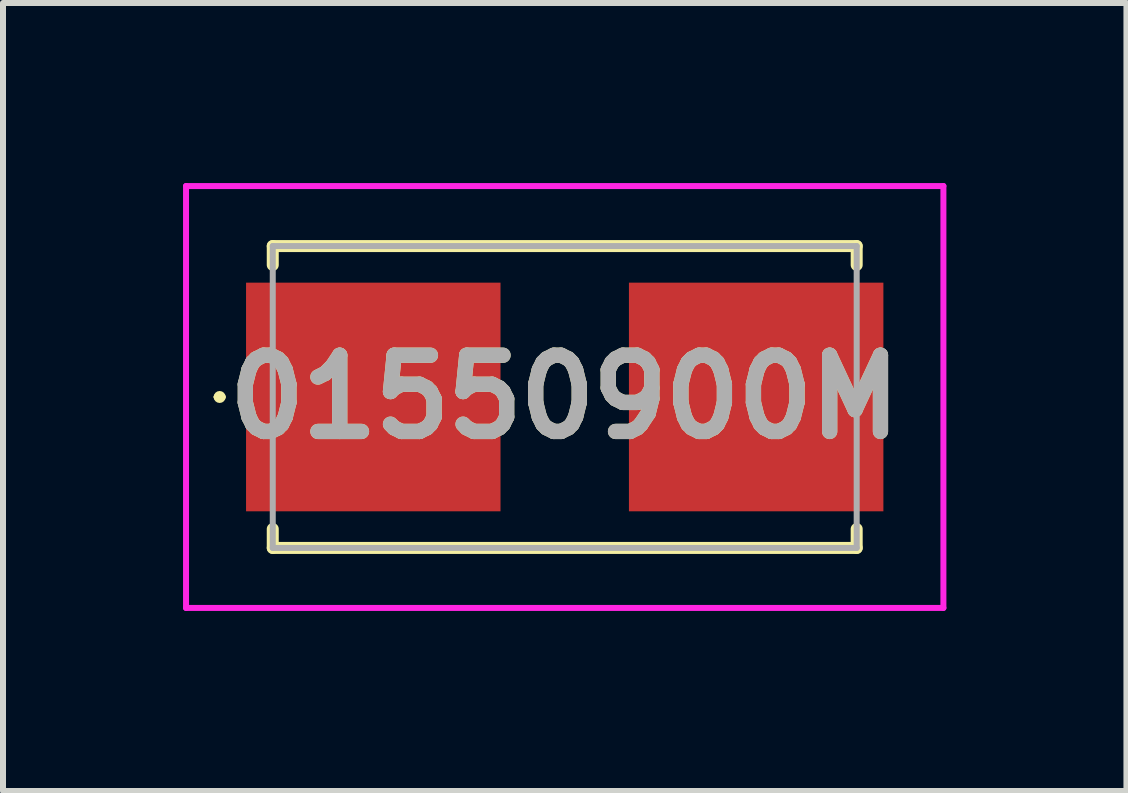
<source format=kicad_pcb>
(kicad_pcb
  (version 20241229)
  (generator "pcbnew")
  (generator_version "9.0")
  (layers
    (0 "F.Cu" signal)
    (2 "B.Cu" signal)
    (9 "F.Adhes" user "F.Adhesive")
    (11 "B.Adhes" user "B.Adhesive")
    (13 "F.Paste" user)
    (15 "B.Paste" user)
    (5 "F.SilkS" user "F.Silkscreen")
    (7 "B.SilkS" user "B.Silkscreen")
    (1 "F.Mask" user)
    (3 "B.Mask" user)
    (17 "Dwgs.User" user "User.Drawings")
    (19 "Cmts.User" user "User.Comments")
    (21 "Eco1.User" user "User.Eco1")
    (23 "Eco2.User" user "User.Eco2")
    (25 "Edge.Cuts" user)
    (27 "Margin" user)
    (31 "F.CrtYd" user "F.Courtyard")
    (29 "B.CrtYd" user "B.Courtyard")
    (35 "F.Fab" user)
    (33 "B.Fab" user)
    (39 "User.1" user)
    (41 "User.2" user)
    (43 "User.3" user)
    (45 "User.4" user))
  (footprint "01550900M"
    (layer "F.Cu")
    (at 6.36 3.565)
    (property "Reference" "01550900M" (at 0 0 0) (layer "F.SilkS") (effects (font (size 1.27 1.27) (thickness 0.254))))
    (attr smd)
    (fp_line (start -5.8 0) (end -5.8 0) (stroke (width 0.1) (type solid)) (layer "F.SilkS"))
    (fp_line (start -5.7 0) (end -5.7 0) (stroke (width 0.1) (type solid)) (layer "F.SilkS"))
    (fp_line (start -4.865 -2.515) (end 4.865 -2.515) (stroke (width 0.2) (type solid)) (layer "F.SilkS"))
    (fp_line (start -4.865 -2.2) (end -4.865 -2.515) (stroke (width 0.2) (type solid)) (layer "F.SilkS"))
    (fp_line (start -4.865 2.515) (end -4.865 2.2) (stroke (width 0.2) (type solid)) (layer "F.SilkS"))
    (fp_line (start 4.865 -2.515) (end 4.865 -2.2) (stroke (width 0.2) (type solid)) (layer "F.SilkS"))
    (fp_line (start 4.865 2.2) (end 4.865 2.515) (stroke (width 0.2) (type solid)) (layer "F.SilkS"))
    (fp_line (start 4.865 2.515) (end -4.865 2.515) (stroke (width 0.2) (type solid)) (layer "F.SilkS"))
    (fp_arc (start -5.8 0) (mid -5.75 -0.05) (end -5.7 0) (stroke (width 0.1) (type solid)) (layer "F.SilkS"))
    (fp_arc (start -5.7 0) (mid -5.75 0.05) (end -5.8 0) (stroke (width 0.1) (type solid)) (layer "F.SilkS"))
    (fp_rect (start -5.21 -1.8) (end -3.51 -0.3) (stroke (width 0.2) (type solid)) (fill yes) (layer "F.Paste"))
    (fp_rect (start -5.21 0.3) (end -3.51 1.8) (stroke (width 0.2) (type solid)) (fill yes) (layer "F.Paste"))
    (fp_rect (start -2.87 -1.8) (end -1.17 -0.3) (stroke (width 0.2) (type solid)) (fill yes) (layer "F.Paste"))
    (fp_rect (start -2.87 0.3) (end -1.17 1.8) (stroke (width 0.2) (type solid)) (fill yes) (layer "F.Paste"))
    (fp_rect (start 1.17 -1.8) (end 2.87 -0.3) (stroke (width 0.2) (type solid)) (fill yes) (layer "F.Paste"))
    (fp_rect (start 1.17 0.3) (end 2.87 1.8) (stroke (width 0.2) (type solid)) (fill yes) (layer "F.Paste"))
    (fp_rect (start 3.51 -1.8) (end 5.21 -0.3) (stroke (width 0.2) (type solid)) (fill yes) (layer "F.Paste"))
    (fp_rect (start 3.51 0.3) (end 5.21 1.8) (stroke (width 0.2) (type solid)) (fill yes) (layer "F.Paste"))
    (fp_line (start -6.31 -3.515) (end 6.31 -3.515) (stroke (width 0.1) (type solid)) (layer "F.CrtYd"))
    (fp_line (start -6.31 3.515) (end -6.31 -3.515) (stroke (width 0.1) (type solid)) (layer "F.CrtYd"))
    (fp_line (start 6.31 -3.515) (end 6.31 3.515) (stroke (width 0.1) (type solid)) (layer "F.CrtYd"))
    (fp_line (start 6.31 3.515) (end -6.31 3.515) (stroke (width 0.1) (type solid)) (layer "F.CrtYd"))
    (fp_line (start -4.865 -2.515) (end 4.865 -2.515) (stroke (width 0.1) (type solid)) (layer "F.Fab"))
    (fp_line (start -4.865 2.515) (end -4.865 -2.515) (stroke (width 0.1) (type solid)) (layer "F.Fab"))
    (fp_line (start 4.865 -2.515) (end 4.865 2.515) (stroke (width 0.1) (type solid)) (layer "F.Fab"))
    (fp_line (start 4.865 2.515) (end -4.865 2.515) (stroke (width 0.1) (type solid)) (layer "F.Fab"))
    (fp_text user "${REFERENCE}" (at 0 0 0) (layer "F.Fab") (effects (font (size 1.27 1.27) (thickness 0.254))))
    (pad "1" smd rect (at -3.19 0 90) (size 3.81 4.24) (layers "F.Cu" "F.Mask"))
    (pad "2" smd rect (at 3.19 0 90) (size 3.81 4.24) (layers "F.Cu" "F.Mask")))
  (gr_rect
    (start -3 -3)
    (end 15.72 10.13)
    (stroke (width 0.1) (type default))
    (fill no)
    (layer "Edge.Cuts")))
</source>
